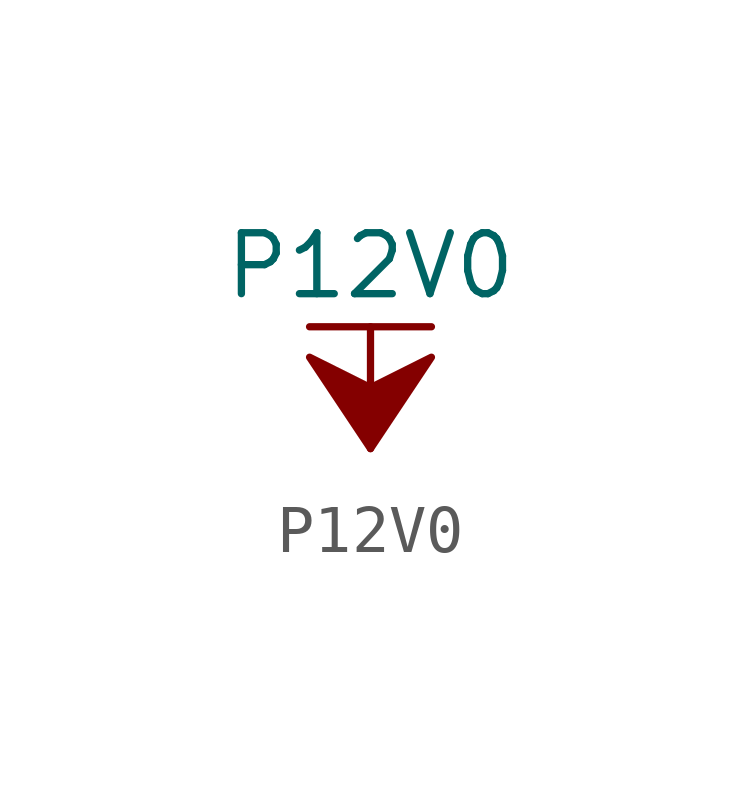
<source format=kicad_sym>
(kicad_symbol_lib
  (version 20211014)
  (generator kicad_symbol_editor)
  (symbol "P12V0"
    (power)
    (pin_names
      (offset 0))
    (property "Reference" "#PWR"
      (at 0 -3.81 0)
      (effects (font (size 1.27 1.27)) hide))
    (property "Value" "P12V0"
      (at 0 3.81 0)
      (effects (font (size 1.27 1.27))))
    (symbol "P12V0_0_1"
      (polyline (pts (xy -1.27 2.54) (xy 1.27 2.54)) (stroke (width 0.152) (type default) (color 0 0 0 0)) (fill (type none)))
      (polyline (pts (xy 0 0) (xy 0 2.54)) (stroke (width 0.152) (type default) (color 0 0 0 0)) (fill (type none)))
      (polyline (pts (xy 0 0) (xy 1.27 1.905) (xy 0 1.27) (xy -1.27 1.905) (xy 0 0)) (stroke (width 0.152) (type default) (color 0 0 0 0)) (fill (type outline))))
    (symbol "P12V0_1_1"
      (pin power_in line (at 0 0 90) (length 0) hide (name "P12V0" (effects (font (size 1.27 1.27)))) (number "1" (effects (font (size 1.27 1.27))))))))
</source>
